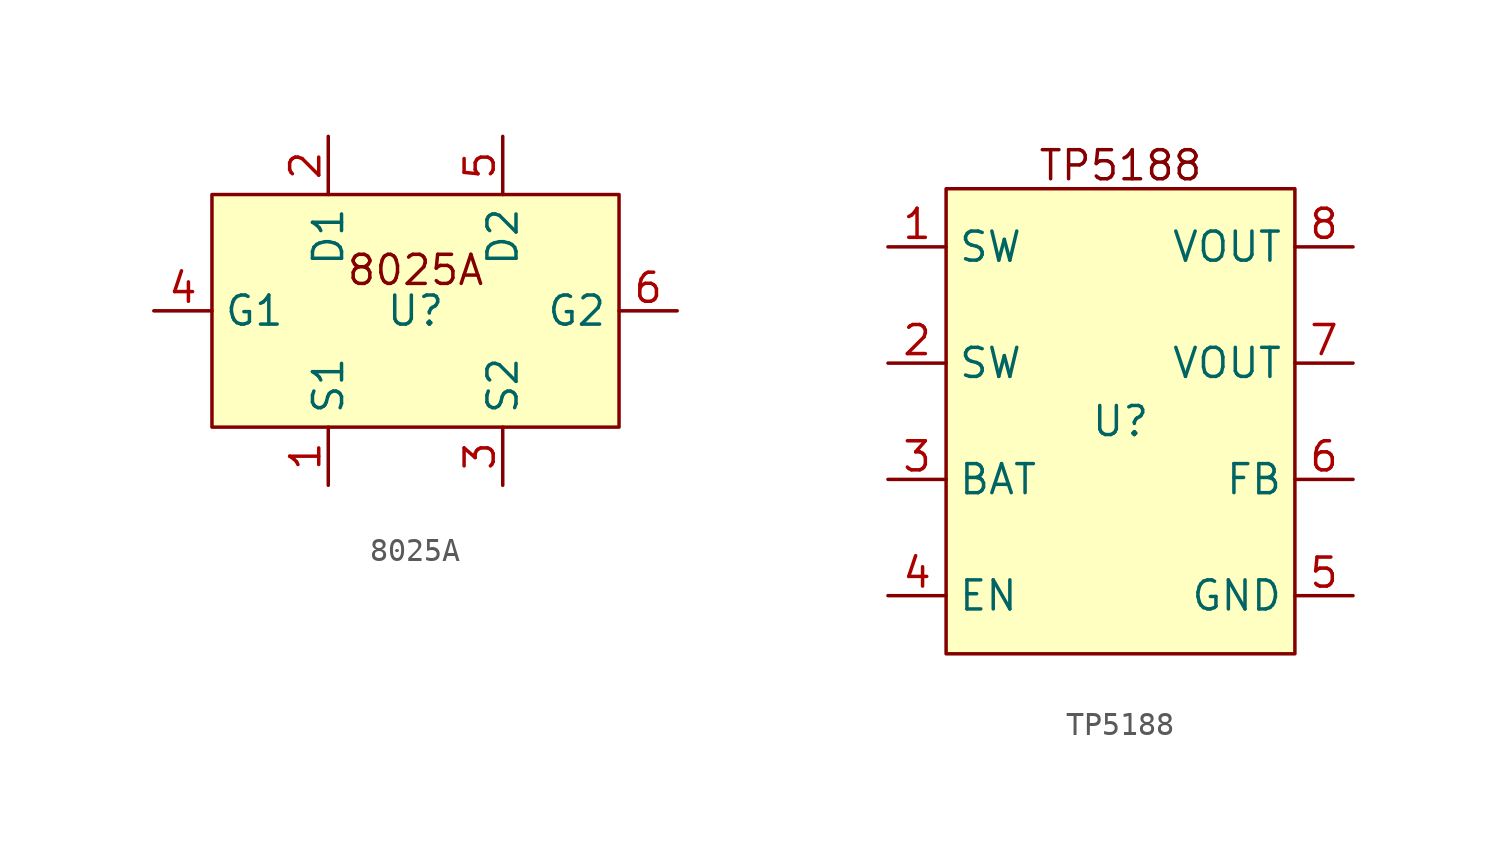
<source format=kicad_sym>
(kicad_symbol_lib
  (version 20241209)
  (generator "kicad_symbol_editor")
  (generator_version "9.0")
  (symbol "8025A"
    (property "Reference" "U"
      (at 0 0 0)
      (effects (font (size 1.27 1.27))))
    (property "Value" ""
      (at 0 0 0)
      (effects (font (size 1.27 1.27))))
    (symbol "8025A_1_1"
      (rectangle (start -8.89 5.08) (end 8.89 -5.08) (stroke (width 0) (type solid)) (fill (type background)))
      (text "8025A" (at 0 1.778 0) (effects (font (size 1.27 1.27))))
      (pin input line (at -11.43 0 0) (length 2.54) (name "G1" (effects (font (size 1.27 1.27)))) (number "4" (effects (font (size 1.27 1.27)))))
      (pin output line (at -3.81 7.62 270) (length 2.54) (name "D1" (effects (font (size 1.27 1.27)))) (number "2" (effects (font (size 1.27 1.27)))))
      (pin input line (at -3.81 -7.62 90) (length 2.54) (name "S1" (effects (font (size 1.27 1.27)))) (number "1" (effects (font (size 1.27 1.27)))))
      (pin output line (at 3.81 7.62 270) (length 2.54) (name "D2" (effects (font (size 1.27 1.27)))) (number "5" (effects (font (size 1.27 1.27)))))
      (pin input line (at 3.81 -7.62 90) (length 2.54) (name "S2" (effects (font (size 1.27 1.27)))) (number "3" (effects (font (size 1.27 1.27)))))
      (pin input line (at 11.43 0 180) (length 2.54) (name "G2" (effects (font (size 1.27 1.27)))) (number "6" (effects (font (size 1.27 1.27)))))))
  (symbol "TP5188"
    (property "Reference" "U"
      (at 0 0 0)
      (effects (font (size 1.27 1.27))))
    (property "Value" ""
      (at 0 0 0)
      (effects (font (size 1.27 1.27))))
    (symbol "TP5188_1_1"
      (rectangle (start -7.62 10.16) (end 7.62 -10.16) (stroke (width 0) (type solid)) (fill (type background)))
      (text "TP5188" (at 0 11.176 0) (effects (font (size 1.27 1.27))))
      (pin power_in line (at -10.16 7.62 0) (length 2.54) (name "SW" (effects (font (size 1.27 1.27)))) (number "1" (effects (font (size 1.27 1.27)))))
      (pin power_in line (at -10.16 2.54 0) (length 2.54) (name "SW" (effects (font (size 1.27 1.27)))) (number "2" (effects (font (size 1.27 1.27)))))
      (pin power_in line (at -10.16 -2.54 0) (length 2.54) (name "BAT" (effects (font (size 1.27 1.27)))) (number "3" (effects (font (size 1.27 1.27)))))
      (pin input line (at -10.16 -7.62 0) (length 2.54) (name "EN" (effects (font (size 1.27 1.27)))) (number "4" (effects (font (size 1.27 1.27)))))
      (pin power_out line (at 10.16 7.62 180) (length 2.54) (name "VOUT" (effects (font (size 1.27 1.27)))) (number "8" (effects (font (size 1.27 1.27)))))
      (pin power_out line (at 10.16 2.54 180) (length 2.54) (name "VOUT" (effects (font (size 1.27 1.27)))) (number "7" (effects (font (size 1.27 1.27)))))
      (pin input line (at 10.16 -2.54 180) (length 2.54) (name "FB" (effects (font (size 1.27 1.27)))) (number "6" (effects (font (size 1.27 1.27)))))
      (pin power_in line (at 10.16 -7.62 180) (length 2.54) (name "GND" (effects (font (size 1.27 1.27)))) (number "5" (effects (font (size 1.27 1.27))))))))
</source>
